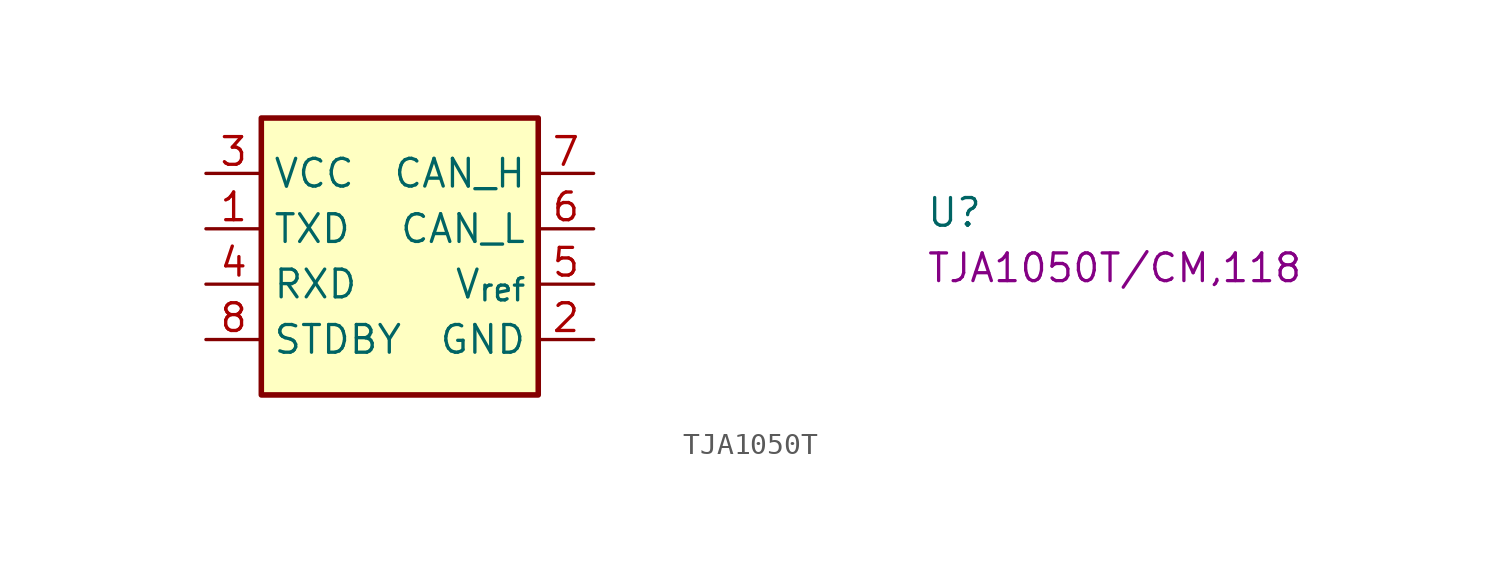
<source format=kicad_sym>
(kicad_symbol_lib
  (version 20220914)
  (generator kicad_symbol_editor)
  (symbol "TJA1050T"
    (property "Reference" "U"
      (at 33.02 -2.54 0)
      (effects (font (size 1.27 1.27) (thickness 0.15)) (justify left bottom)))
    (property "MPN" "TJA1050T/CM,118"
      (at 33.02 -5.08 0)
      (effects (font (size 1.27 1.27) (thickness 0.15)) (justify left bottom)))
    (symbol "TJA1050T_1_1"
      (rectangle (start 2.54 2.54) (end 15.24 -10.16) (stroke (width 0.254) (type default)) (fill (type background)))
      (pin input line (at 0 -2.54 0) (length 2.54) (name "TXD" (effects (font (size 1.27 1.27)))) (number "1" (effects (font (size 1.27 1.27)))))
      (pin power_in line (at 17.78 -7.62 180) (length 2.54) (name "GND" (effects (font (size 1.27 1.27)))) (number "2" (effects (font (size 1.27 1.27)))))
      (pin power_in line (at 0 0 0) (length 2.54) (name "VCC" (effects (font (size 1.27 1.27)))) (number "3" (effects (font (size 1.27 1.27)))))
      (pin output line (at 0 -5.08 0) (length 2.54) (name "RXD" (effects (font (size 1.27 1.27)))) (number "4" (effects (font (size 1.27 1.27)))))
      (pin output line (at 17.78 -5.08 180) (length 2.54) (name "V_{ref}" (effects (font (size 1.27 1.27)))) (number "5" (effects (font (size 1.27 1.27)))))
      (pin bidirectional line (at 17.78 -2.54 180) (length 2.54) (name "CAN_L" (effects (font (size 1.27 1.27)))) (number "6" (effects (font (size 1.27 1.27)))))
      (pin bidirectional line (at 17.78 0 180) (length 2.54) (name "CAN_H" (effects (font (size 1.27 1.27)))) (number "7" (effects (font (size 1.27 1.27)))))
      (pin input line (at 0 -7.62 0) (length 2.54) (name "STDBY" (effects (font (size 1.27 1.27)))) (number "8" (effects (font (size 1.27 1.27))))))))
</source>
